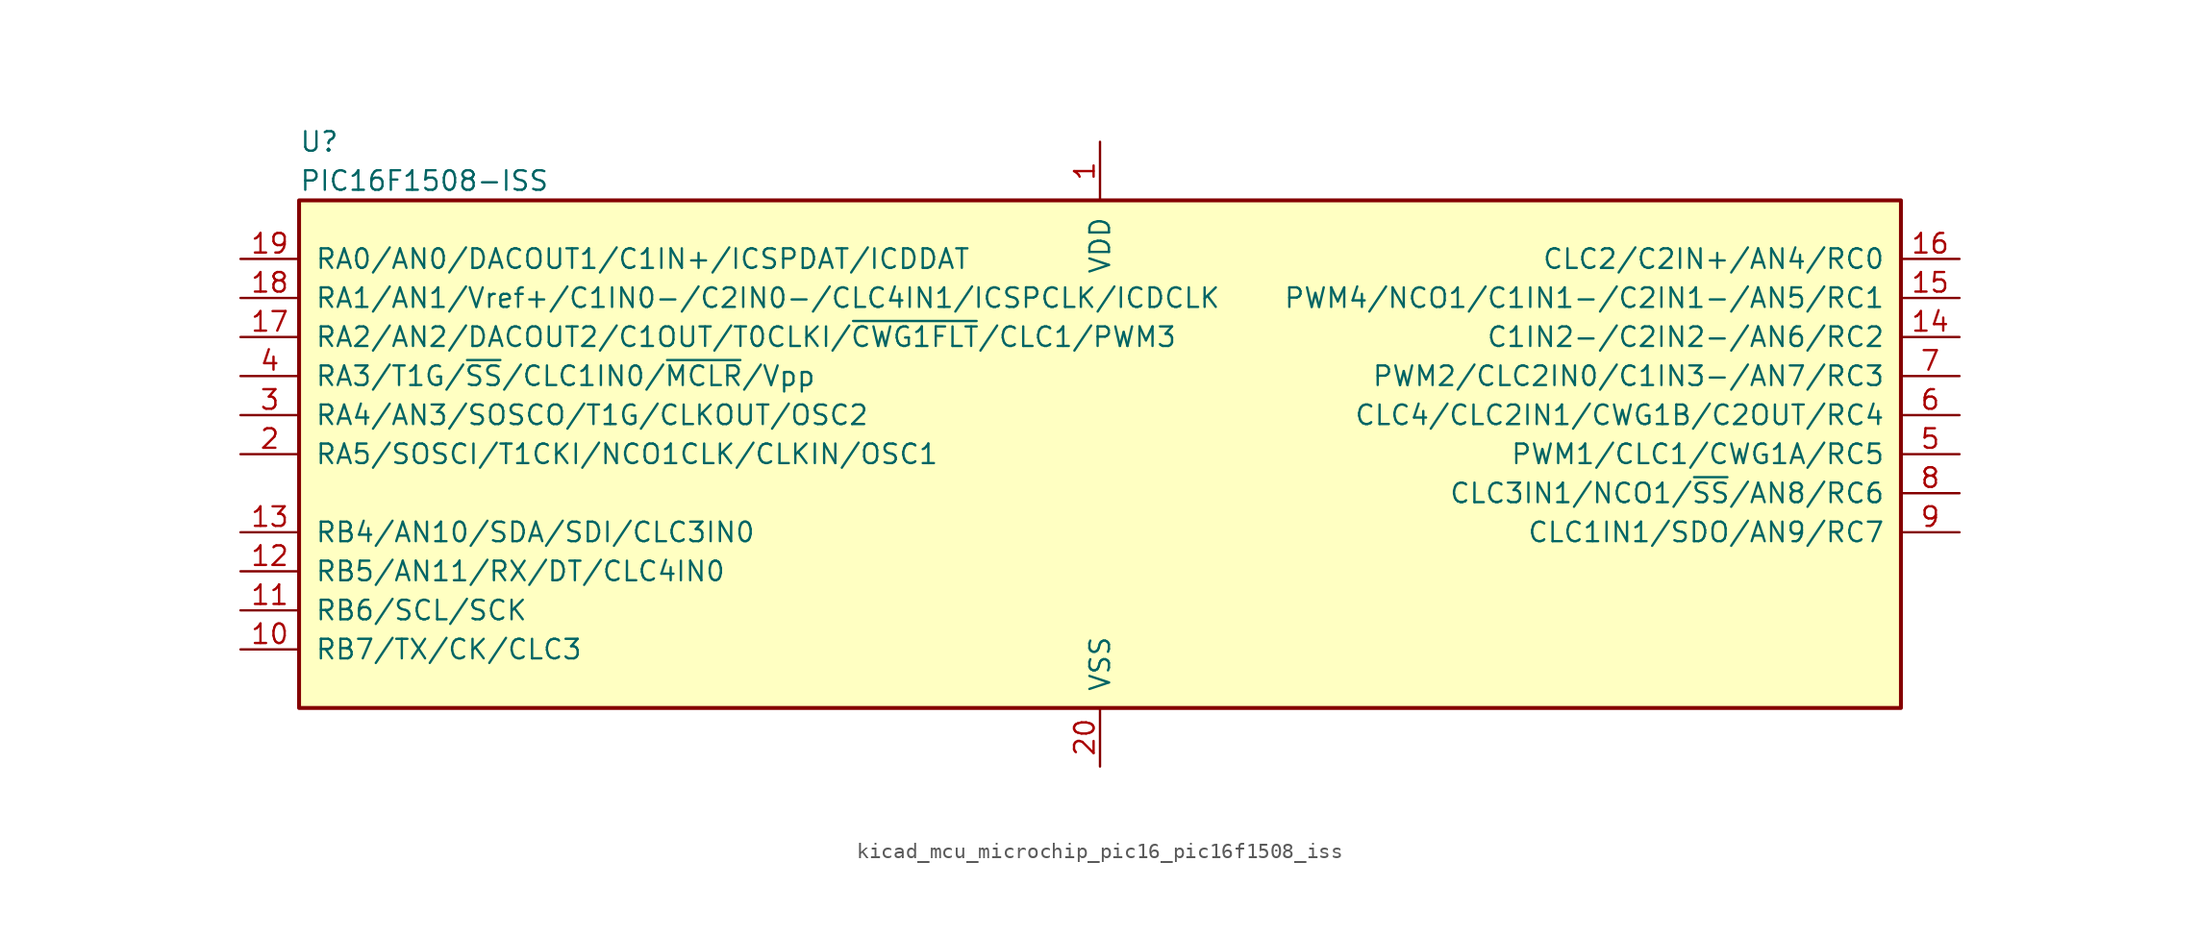
<source format=kicad_sym>
(kicad_symbol_lib
  (version 20220914)
  (generator kicad_symbol_editor)
  (symbol "kicad_mcu_microchip_pic16_pic16f1508_iss"
    (pin_names
      (offset 1.016))
    (property "Reference" "U"
      (at -52.07 20.32 0)
      (effects (font (size 1.27 1.27)) (justify left)))
    (property "Value" "PIC16F1508-ISS"
      (at -52.07 17.78 0)
      (effects (font (size 1.27 1.27)) (justify left)))
    (symbol "kicad_mcu_microchip_pic16_pic16f1508_iss_0_1"
      (rectangle (start -52.07 16.51) (end 52.07 -16.51) (stroke (width 0.254) (type default)) (fill (type background))))
    (symbol "kicad_mcu_microchip_pic16_pic16f1508_iss_1_1"
      (pin power_in line (at 0 20.32 270) (length 3.81) (name "VDD" (effects (font (size 1.27 1.27)))) (number "1" (effects (font (size 1.27 1.27)))))
      (pin bidirectional line (at -55.88 -12.7 0) (length 3.81) (name "RB7/TX/CK/CLC3" (effects (font (size 1.27 1.27)))) (number "10" (effects (font (size 1.27 1.27)))))
      (pin bidirectional line (at -55.88 -10.16 0) (length 3.81) (name "RB6/SCL/SCK" (effects (font (size 1.27 1.27)))) (number "11" (effects (font (size 1.27 1.27)))))
      (pin bidirectional line (at -55.88 -7.62 0) (length 3.81) (name "RB5/AN11/RX/DT/CLC4IN0" (effects (font (size 1.27 1.27)))) (number "12" (effects (font (size 1.27 1.27)))))
      (pin bidirectional line (at -55.88 -5.08 0) (length 3.81) (name "RB4/AN10/SDA/SDI/CLC3IN0" (effects (font (size 1.27 1.27)))) (number "13" (effects (font (size 1.27 1.27)))))
      (pin bidirectional line (at 55.88 7.62 180) (length 3.81) (name "C1IN2-/C2IN2-/AN6/RC2" (effects (font (size 1.27 1.27)))) (number "14" (effects (font (size 1.27 1.27)))))
      (pin bidirectional line (at 55.88 10.16 180) (length 3.81) (name "PWM4/NCO1/C1IN1-/C2IN1-/AN5/RC1" (effects (font (size 1.27 1.27)))) (number "15" (effects (font (size 1.27 1.27)))))
      (pin bidirectional line (at 55.88 12.7 180) (length 3.81) (name "CLC2/C2IN+/AN4/RC0" (effects (font (size 1.27 1.27)))) (number "16" (effects (font (size 1.27 1.27)))))
      (pin bidirectional line (at -55.88 7.62 0) (length 3.81) (name "RA2/AN2/DACOUT2/C1OUT/T0CLKI/~{CWG1FLT}/CLC1/PWM3" (effects (font (size 1.27 1.27)))) (number "17" (effects (font (size 1.27 1.27)))))
      (pin bidirectional line (at -55.88 10.16 0) (length 3.81) (name "RA1/AN1/Vref+/C1IN0-/C2IN0-/CLC4IN1/ICSPCLK/ICDCLK" (effects (font (size 1.27 1.27)))) (number "18" (effects (font (size 1.27 1.27)))))
      (pin bidirectional line (at -55.88 12.7 0) (length 3.81) (name "RA0/AN0/DACOUT1/C1IN+/ICSPDAT/ICDDAT" (effects (font (size 1.27 1.27)))) (number "19" (effects (font (size 1.27 1.27)))))
      (pin bidirectional line (at -55.88 0 0) (length 3.81) (name "RA5/SOSCI/T1CKI/NCO1CLK/CLKIN/OSC1" (effects (font (size 1.27 1.27)))) (number "2" (effects (font (size 1.27 1.27)))))
      (pin power_in line (at 0 -20.32 90) (length 3.81) (name "VSS" (effects (font (size 1.27 1.27)))) (number "20" (effects (font (size 1.27 1.27)))))
      (pin bidirectional line (at -55.88 2.54 0) (length 3.81) (name "RA4/AN3/SOSCO/T1G/CLKOUT/OSC2" (effects (font (size 1.27 1.27)))) (number "3" (effects (font (size 1.27 1.27)))))
      (pin input line (at -55.88 5.08 0) (length 3.81) (name "RA3/T1G/~{SS}/CLC1IN0/~{MCLR}/Vpp" (effects (font (size 1.27 1.27)))) (number "4" (effects (font (size 1.27 1.27)))))
      (pin bidirectional line (at 55.88 0 180) (length 3.81) (name "PWM1/CLC1/CWG1A/RC5" (effects (font (size 1.27 1.27)))) (number "5" (effects (font (size 1.27 1.27)))))
      (pin bidirectional line (at 55.88 2.54 180) (length 3.81) (name "CLC4/CLC2IN1/CWG1B/C2OUT/RC4" (effects (font (size 1.27 1.27)))) (number "6" (effects (font (size 1.27 1.27)))))
      (pin bidirectional line (at 55.88 5.08 180) (length 3.81) (name "PWM2/CLC2IN0/C1IN3-/AN7/RC3" (effects (font (size 1.27 1.27)))) (number "7" (effects (font (size 1.27 1.27)))))
      (pin bidirectional line (at 55.88 -2.54 180) (length 3.81) (name "CLC3IN1/NCO1/~{SS}/AN8/RC6" (effects (font (size 1.27 1.27)))) (number "8" (effects (font (size 1.27 1.27)))))
      (pin bidirectional line (at 55.88 -5.08 180) (length 3.81) (name "CLC1IN1/SDO/AN9/RC7" (effects (font (size 1.27 1.27)))) (number "9" (effects (font (size 1.27 1.27))))))))
</source>
